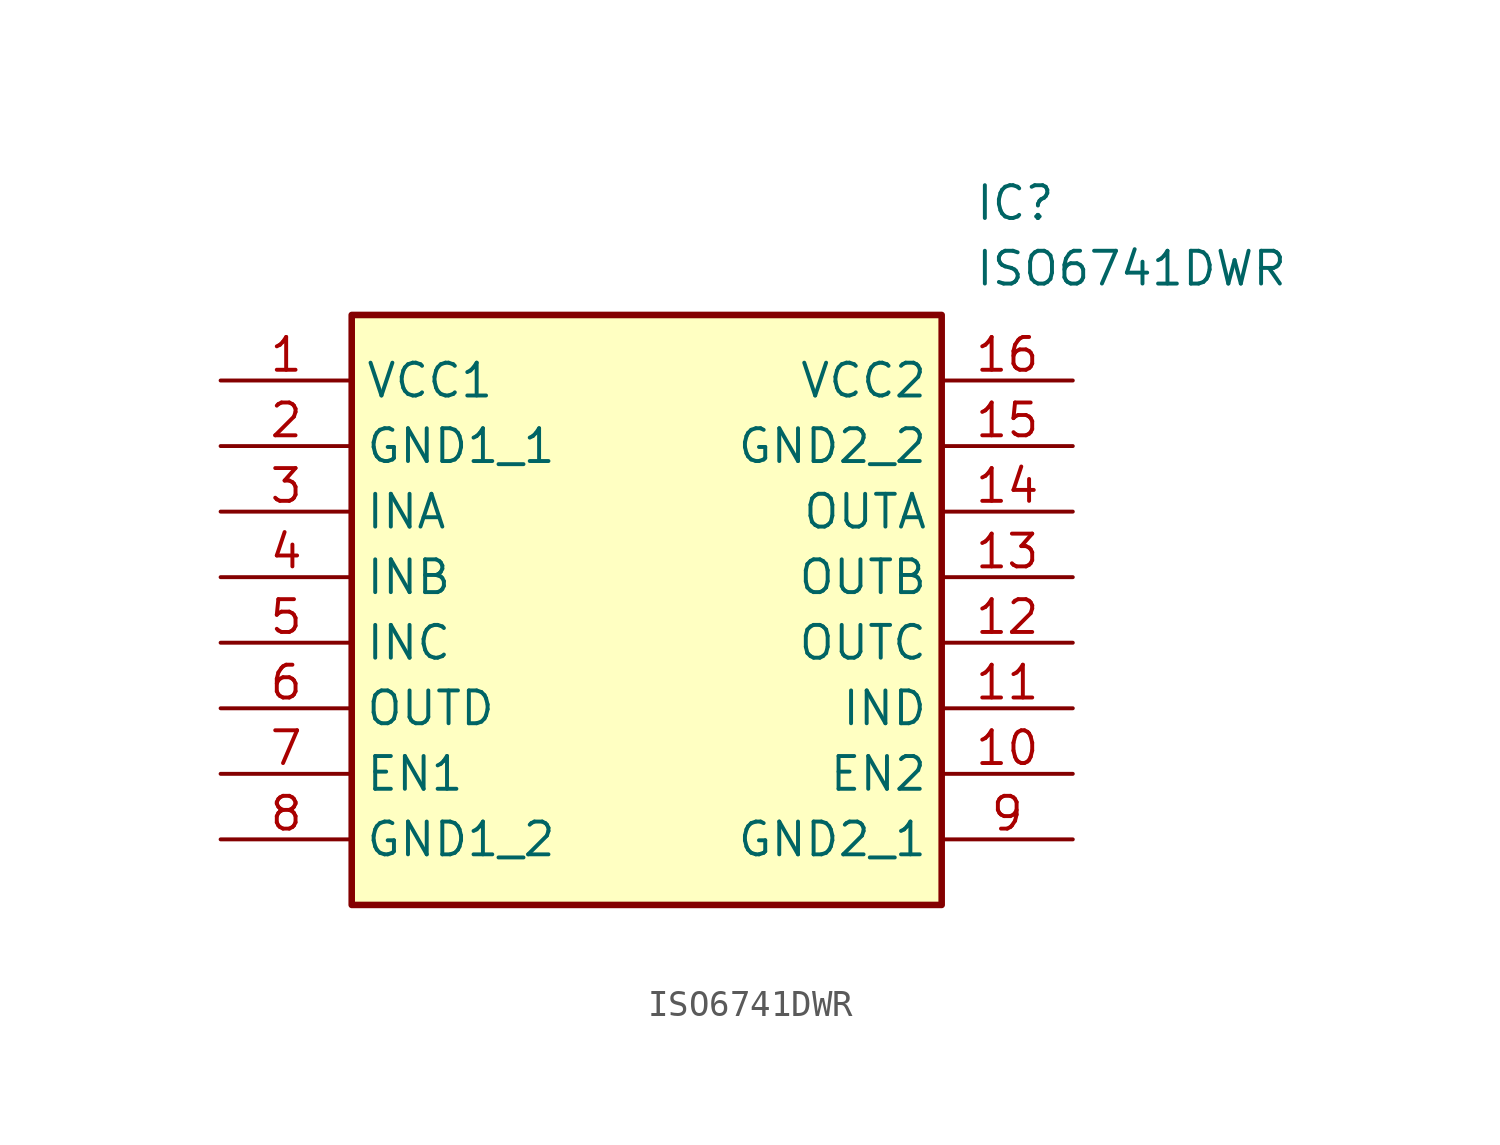
<source format=kicad_sym>
(kicad_symbol_lib
  (version 20211014)
  (generator SamacSys_ECAD_Model)
  (symbol "ISO6741DWR"
    (property "Reference" "IC"
      (at 29.21 7.62 0)
      (effects (font (size 1.27 1.27)) (justify left top)))
    (property "Value" "ISO6741DWR"
      (at 29.21 5.08 0)
      (effects (font (size 1.27 1.27)) (justify left top)))
    (rectangle
      (start 5.08 2.54)
      (end 27.94 -20.32)
      (stroke (width 0.254) (type default))
      (fill (type background)))
    (pin passive line
      (at 0 0 0)
      (length 5.08)
      (name "VCC1" (effects (font (size 1.27 1.27))))
      (number "1" (effects (font (size 1.27 1.27)))))
    (pin passive line
      (at 0 -2.54 0)
      (length 5.08)
      (name "GND1_1" (effects (font (size 1.27 1.27))))
      (number "2" (effects (font (size 1.27 1.27)))))
    (pin passive line
      (at 0 -5.08 0)
      (length 5.08)
      (name "INA" (effects (font (size 1.27 1.27))))
      (number "3" (effects (font (size 1.27 1.27)))))
    (pin passive line
      (at 0 -7.62 0)
      (length 5.08)
      (name "INB" (effects (font (size 1.27 1.27))))
      (number "4" (effects (font (size 1.27 1.27)))))
    (pin passive line
      (at 0 -10.16 0)
      (length 5.08)
      (name "INC" (effects (font (size 1.27 1.27))))
      (number "5" (effects (font (size 1.27 1.27)))))
    (pin passive line
      (at 0 -12.7 0)
      (length 5.08)
      (name "OUTD" (effects (font (size 1.27 1.27))))
      (number "6" (effects (font (size 1.27 1.27)))))
    (pin passive line
      (at 0 -15.24 0)
      (length 5.08)
      (name "EN1" (effects (font (size 1.27 1.27))))
      (number "7" (effects (font (size 1.27 1.27)))))
    (pin passive line
      (at 0 -17.78 0)
      (length 5.08)
      (name "GND1_2" (effects (font (size 1.27 1.27))))
      (number "8" (effects (font (size 1.27 1.27)))))
    (pin passive line
      (at 33.02 0 180)
      (length 5.08)
      (name "VCC2" (effects (font (size 1.27 1.27))))
      (number "16" (effects (font (size 1.27 1.27)))))
    (pin passive line
      (at 33.02 -2.54 180)
      (length 5.08)
      (name "GND2_2" (effects (font (size 1.27 1.27))))
      (number "15" (effects (font (size 1.27 1.27)))))
    (pin passive line
      (at 33.02 -5.08 180)
      (length 5.08)
      (name "OUTA" (effects (font (size 1.27 1.27))))
      (number "14" (effects (font (size 1.27 1.27)))))
    (pin passive line
      (at 33.02 -7.62 180)
      (length 5.08)
      (name "OUTB" (effects (font (size 1.27 1.27))))
      (number "13" (effects (font (size 1.27 1.27)))))
    (pin passive line
      (at 33.02 -10.16 180)
      (length 5.08)
      (name "OUTC" (effects (font (size 1.27 1.27))))
      (number "12" (effects (font (size 1.27 1.27)))))
    (pin passive line
      (at 33.02 -12.7 180)
      (length 5.08)
      (name "IND" (effects (font (size 1.27 1.27))))
      (number "11" (effects (font (size 1.27 1.27)))))
    (pin passive line
      (at 33.02 -15.24 180)
      (length 5.08)
      (name "EN2" (effects (font (size 1.27 1.27))))
      (number "10" (effects (font (size 1.27 1.27)))))
    (pin passive line
      (at 33.02 -17.78 180)
      (length 5.08)
      (name "GND2_1" (effects (font (size 1.27 1.27))))
      (number "9" (effects (font (size 1.27 1.27)))))))
</source>
